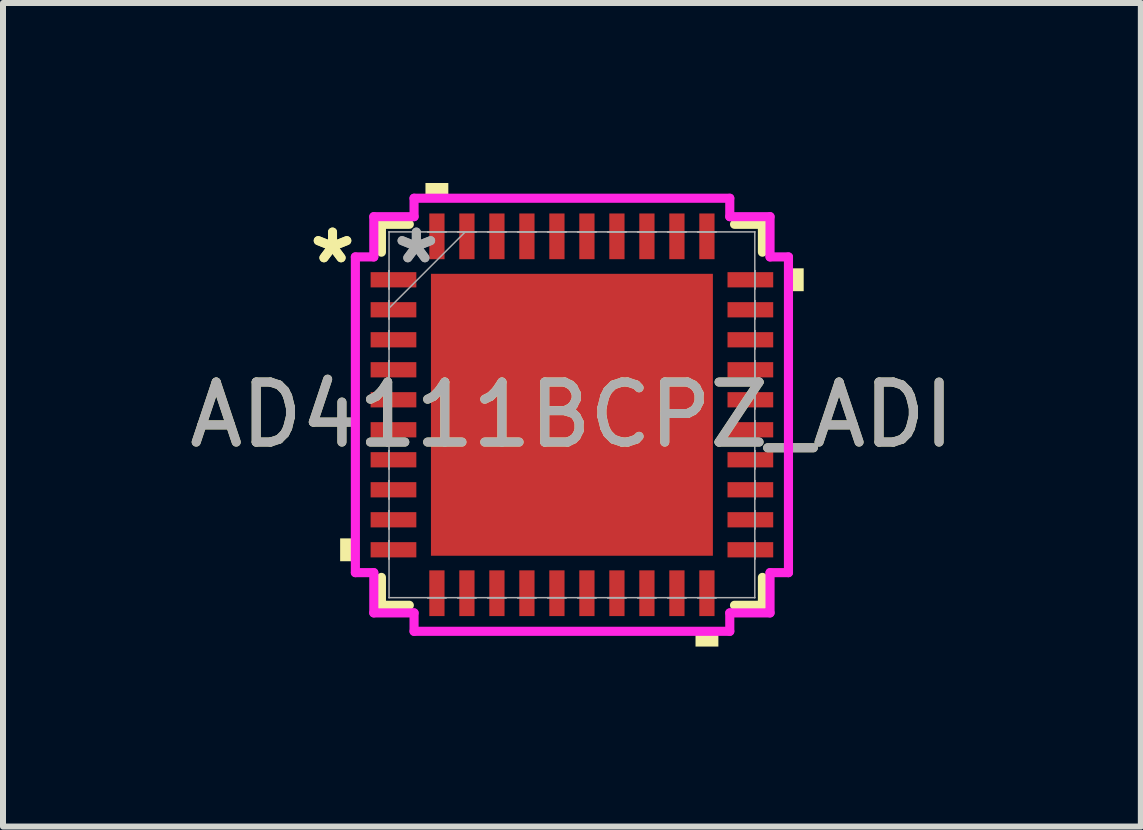
<source format=kicad_pcb>
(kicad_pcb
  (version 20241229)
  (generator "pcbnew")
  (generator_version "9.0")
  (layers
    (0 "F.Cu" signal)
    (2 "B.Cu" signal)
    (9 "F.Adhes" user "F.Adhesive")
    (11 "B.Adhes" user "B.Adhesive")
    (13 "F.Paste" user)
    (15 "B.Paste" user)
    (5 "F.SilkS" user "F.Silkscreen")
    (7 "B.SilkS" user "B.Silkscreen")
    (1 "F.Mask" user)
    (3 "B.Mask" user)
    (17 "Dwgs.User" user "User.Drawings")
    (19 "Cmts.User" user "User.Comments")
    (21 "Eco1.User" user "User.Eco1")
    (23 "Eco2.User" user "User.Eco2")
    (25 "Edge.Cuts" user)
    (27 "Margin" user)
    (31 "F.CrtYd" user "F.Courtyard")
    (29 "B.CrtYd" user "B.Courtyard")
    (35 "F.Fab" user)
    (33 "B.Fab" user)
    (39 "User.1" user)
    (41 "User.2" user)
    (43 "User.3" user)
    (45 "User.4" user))
  (footprint "AD4111BCPZ_ADI"
    (layer "F.Cu")
    (at 6.482 3.863)
    (property "Reference" "AD4111BCPZ_ADI" (at 0 0 0) (unlocked yes) (layer "F.SilkS") (effects (font (size 1 1) (thickness 0.15))))
    (attr smd)
    (fp_line (start -3.175 -3.175) (end -3.175 -2.71) (stroke (width 0.152) (type solid)) (layer "F.SilkS"))
    (fp_line (start -3.175 2.71) (end -3.175 3.175) (stroke (width 0.152) (type solid)) (layer "F.SilkS"))
    (fp_line (start -3.175 3.175) (end -2.71 3.175) (stroke (width 0.152) (type solid)) (layer "F.SilkS"))
    (fp_line (start -2.71 -3.175) (end -3.175 -3.175) (stroke (width 0.152) (type solid)) (layer "F.SilkS"))
    (fp_line (start 2.71 3.175) (end 3.175 3.175) (stroke (width 0.152) (type solid)) (layer "F.SilkS"))
    (fp_line (start 3.175 -3.175) (end 2.71 -3.175) (stroke (width 0.152) (type solid)) (layer "F.SilkS"))
    (fp_line (start 3.175 -2.71) (end 3.175 -3.175) (stroke (width 0.152) (type solid)) (layer "F.SilkS"))
    (fp_line (start 3.175 3.175) (end 3.175 2.71) (stroke (width 0.152) (type solid)) (layer "F.SilkS"))
    (fp_poly (pts (xy -3.863 2.06) (xy -3.863 2.441) (xy -3.609 2.441) (xy -3.609 2.06)) (stroke (width 0) (type solid)) (fill yes) (layer "F.SilkS"))
    (fp_poly (pts (xy -2.441 -3.609) (xy -2.441 -3.863) (xy -2.06 -3.863) (xy -2.06 -3.609)) (stroke (width 0) (type solid)) (fill yes) (layer "F.SilkS"))
    (fp_poly (pts (xy 2.06 3.609) (xy 2.06 3.863) (xy 2.441 3.863) (xy 2.441 3.609)) (stroke (width 0) (type solid)) (fill yes) (layer "F.SilkS"))
    (fp_poly (pts (xy 3.863 -2.441) (xy 3.863 -2.06) (xy 3.609 -2.06) (xy 3.609 -2.441)) (stroke (width 0) (type solid)) (fill yes) (layer "F.SilkS"))
    (fp_poly (pts (xy -2.249 -2.249) (xy -2.249 -0.883) (xy -0.883 -0.883) (xy -0.883 -2.249)) (stroke (width 0) (type solid)) (fill yes) (layer "F.Paste"))
    (fp_poly (pts (xy -2.249 -0.683) (xy -2.249 0.683) (xy -0.883 0.683) (xy -0.883 -0.683)) (stroke (width 0) (type solid)) (fill yes) (layer "F.Paste"))
    (fp_poly (pts (xy -2.249 0.883) (xy -2.249 2.249) (xy -0.883 2.249) (xy -0.883 0.883)) (stroke (width 0) (type solid)) (fill yes) (layer "F.Paste"))
    (fp_poly (pts (xy -0.683 -2.249) (xy -0.683 -0.883) (xy 0.683 -0.883) (xy 0.683 -2.249)) (stroke (width 0) (type solid)) (fill yes) (layer "F.Paste"))
    (fp_poly (pts (xy -0.683 -0.683) (xy -0.683 0.683) (xy 0.683 0.683) (xy 0.683 -0.683)) (stroke (width 0) (type solid)) (fill yes) (layer "F.Paste"))
    (fp_poly (pts (xy -0.683 0.883) (xy -0.683 2.249) (xy 0.683 2.249) (xy 0.683 0.883)) (stroke (width 0) (type solid)) (fill yes) (layer "F.Paste"))
    (fp_poly (pts (xy 0.883 -2.249) (xy 0.883 -0.883) (xy 2.249 -0.883) (xy 2.249 -2.249)) (stroke (width 0) (type solid)) (fill yes) (layer "F.Paste"))
    (fp_poly (pts (xy 0.883 -0.683) (xy 0.883 0.683) (xy 2.249 0.683) (xy 2.249 -0.683)) (stroke (width 0) (type solid)) (fill yes) (layer "F.Paste"))
    (fp_poly (pts (xy 0.883 0.883) (xy 0.883 2.249) (xy 2.249 2.249) (xy 2.249 0.883)) (stroke (width 0) (type solid)) (fill yes) (layer "F.Paste"))
    (fp_line (start -3.609 -2.631) (end -3.302 -2.631) (stroke (width 0.152) (type solid)) (layer "F.CrtYd"))
    (fp_line (start -3.609 2.631) (end -3.609 -2.631) (stroke (width 0.152) (type solid)) (layer "F.CrtYd"))
    (fp_line (start -3.302 -3.302) (end -2.631 -3.302) (stroke (width 0.152) (type solid)) (layer "F.CrtYd"))
    (fp_line (start -3.302 -2.631) (end -3.302 -3.302) (stroke (width 0.152) (type solid)) (layer "F.CrtYd"))
    (fp_line (start -3.302 2.631) (end -3.609 2.631) (stroke (width 0.152) (type solid)) (layer "F.CrtYd"))
    (fp_line (start -3.302 3.302) (end -3.302 2.631) (stroke (width 0.152) (type solid)) (layer "F.CrtYd"))
    (fp_line (start -2.631 -3.609) (end 2.631 -3.609) (stroke (width 0.152) (type solid)) (layer "F.CrtYd"))
    (fp_line (start -2.631 -3.302) (end -2.631 -3.609) (stroke (width 0.152) (type solid)) (layer "F.CrtYd"))
    (fp_line (start -2.631 3.302) (end -3.302 3.302) (stroke (width 0.152) (type solid)) (layer "F.CrtYd"))
    (fp_line (start -2.631 3.609) (end -2.631 3.302) (stroke (width 0.152) (type solid)) (layer "F.CrtYd"))
    (fp_line (start 2.631 -3.609) (end 2.631 -3.302) (stroke (width 0.152) (type solid)) (layer "F.CrtYd"))
    (fp_line (start 2.631 -3.302) (end 3.302 -3.302) (stroke (width 0.152) (type solid)) (layer "F.CrtYd"))
    (fp_line (start 2.631 3.302) (end 2.631 3.609) (stroke (width 0.152) (type solid)) (layer "F.CrtYd"))
    (fp_line (start 2.631 3.609) (end -2.631 3.609) (stroke (width 0.152) (type solid)) (layer "F.CrtYd"))
    (fp_line (start 3.302 -3.302) (end 3.302 -2.631) (stroke (width 0.152) (type solid)) (layer "F.CrtYd"))
    (fp_line (start 3.302 -2.631) (end 3.609 -2.631) (stroke (width 0.152) (type solid)) (layer "F.CrtYd"))
    (fp_line (start 3.302 2.631) (end 3.302 3.302) (stroke (width 0.152) (type solid)) (layer "F.CrtYd"))
    (fp_line (start 3.302 3.302) (end 2.631 3.302) (stroke (width 0.152) (type solid)) (layer "F.CrtYd"))
    (fp_line (start 3.609 -2.631) (end 3.609 2.631) (stroke (width 0.152) (type solid)) (layer "F.CrtYd"))
    (fp_line (start 3.609 2.631) (end 3.302 2.631) (stroke (width 0.152) (type solid)) (layer "F.CrtYd"))
    (fp_line (start -3.05 -2.402) (end -3.05 -2.098) (stroke (width 0.025) (type solid)) (layer "F.Fab"))
    (fp_line (start -3.05 -2.098) (end -3.048 -2.098) (stroke (width 0.025) (type solid)) (layer "F.Fab"))
    (fp_line (start -3.05 -1.902) (end -3.05 -1.598) (stroke (width 0.025) (type solid)) (layer "F.Fab"))
    (fp_line (start -3.05 -1.598) (end -3.048 -1.598) (stroke (width 0.025) (type solid)) (layer "F.Fab"))
    (fp_line (start -3.05 -1.402) (end -3.05 -1.098) (stroke (width 0.025) (type solid)) (layer "F.Fab"))
    (fp_line (start -3.05 -1.098) (end -3.048 -1.098) (stroke (width 0.025) (type solid)) (layer "F.Fab"))
    (fp_line (start -3.05 -0.902) (end -3.05 -0.598) (stroke (width 0.025) (type solid)) (layer "F.Fab"))
    (fp_line (start -3.05 -0.598) (end -3.048 -0.598) (stroke (width 0.025) (type solid)) (layer "F.Fab"))
    (fp_line (start -3.05 -0.402) (end -3.05 -0.098) (stroke (width 0.025) (type solid)) (layer "F.Fab"))
    (fp_line (start -3.05 -0.098) (end -3.048 -0.098) (stroke (width 0.025) (type solid)) (layer "F.Fab"))
    (fp_line (start -3.05 0.098) (end -3.05 0.402) (stroke (width 0.025) (type solid)) (layer "F.Fab"))
    (fp_line (start -3.05 0.402) (end -3.048 0.402) (stroke (width 0.025) (type solid)) (layer "F.Fab"))
    (fp_line (start -3.05 0.598) (end -3.05 0.902) (stroke (width 0.025) (type solid)) (layer "F.Fab"))
    (fp_line (start -3.05 0.902) (end -3.048 0.902) (stroke (width 0.025) (type solid)) (layer "F.Fab"))
    (fp_line (start -3.05 1.098) (end -3.05 1.402) (stroke (width 0.025) (type solid)) (layer "F.Fab"))
    (fp_line (start -3.05 1.402) (end -3.048 1.402) (stroke (width 0.025) (type solid)) (layer "F.Fab"))
    (fp_line (start -3.05 1.598) (end -3.05 1.902) (stroke (width 0.025) (type solid)) (layer "F.Fab"))
    (fp_line (start -3.05 1.902) (end -3.048 1.902) (stroke (width 0.025) (type solid)) (layer "F.Fab"))
    (fp_line (start -3.05 2.098) (end -3.05 2.402) (stroke (width 0.025) (type solid)) (layer "F.Fab"))
    (fp_line (start -3.05 2.402) (end -3.048 2.402) (stroke (width 0.025) (type solid)) (layer "F.Fab"))
    (fp_line (start -3.048 -3.048) (end -3.048 -3.048) (stroke (width 0.025) (type solid)) (layer "F.Fab"))
    (fp_line (start -3.048 -3.048) (end -3.048 3.048) (stroke (width 0.025) (type solid)) (layer "F.Fab"))
    (fp_line (start -3.048 -2.402) (end -3.05 -2.402) (stroke (width 0.025) (type solid)) (layer "F.Fab"))
    (fp_line (start -3.048 -2.098) (end -3.048 -2.402) (stroke (width 0.025) (type solid)) (layer "F.Fab"))
    (fp_line (start -3.048 -1.902) (end -3.05 -1.902) (stroke (width 0.025) (type solid)) (layer "F.Fab"))
    (fp_line (start -3.048 -1.778) (end -1.778 -3.048) (stroke (width 0.025) (type solid)) (layer "F.Fab"))
    (fp_line (start -3.048 -1.598) (end -3.048 -1.902) (stroke (width 0.025) (type solid)) (layer "F.Fab"))
    (fp_line (start -3.048 -1.402) (end -3.05 -1.402) (stroke (width 0.025) (type solid)) (layer "F.Fab"))
    (fp_line (start -3.048 -1.098) (end -3.048 -1.402) (stroke (width 0.025) (type solid)) (layer "F.Fab"))
    (fp_line (start -3.048 -0.902) (end -3.05 -0.902) (stroke (width 0.025) (type solid)) (layer "F.Fab"))
    (fp_line (start -3.048 -0.598) (end -3.048 -0.902) (stroke (width 0.025) (type solid)) (layer "F.Fab"))
    (fp_line (start -3.048 -0.402) (end -3.05 -0.402) (stroke (width 0.025) (type solid)) (layer "F.Fab"))
    (fp_line (start -3.048 -0.098) (end -3.048 -0.402) (stroke (width 0.025) (type solid)) (layer "F.Fab"))
    (fp_line (start -3.048 0.098) (end -3.05 0.098) (stroke (width 0.025) (type solid)) (layer "F.Fab"))
    (fp_line (start -3.048 0.402) (end -3.048 0.098) (stroke (width 0.025) (type solid)) (layer "F.Fab"))
    (fp_line (start -3.048 0.598) (end -3.05 0.598) (stroke (width 0.025) (type solid)) (layer "F.Fab"))
    (fp_line (start -3.048 0.902) (end -3.048 0.598) (stroke (width 0.025) (type solid)) (layer "F.Fab"))
    (fp_line (start -3.048 1.098) (end -3.05 1.098) (stroke (width 0.025) (type solid)) (layer "F.Fab"))
    (fp_line (start -3.048 1.402) (end -3.048 1.098) (stroke (width 0.025) (type solid)) (layer "F.Fab"))
    (fp_line (start -3.048 1.598) (end -3.05 1.598) (stroke (width 0.025) (type solid)) (layer "F.Fab"))
    (fp_line (start -3.048 1.902) (end -3.048 1.598) (stroke (width 0.025) (type solid)) (layer "F.Fab"))
    (fp_line (start -3.048 2.098) (end -3.05 2.098) (stroke (width 0.025) (type solid)) (layer "F.Fab"))
    (fp_line (start -3.048 2.402) (end -3.048 2.098) (stroke (width 0.025) (type solid)) (layer "F.Fab"))
    (fp_line (start -3.048 3.048) (end -3.048 3.048) (stroke (width 0.025) (type solid)) (layer "F.Fab"))
    (fp_line (start -3.048 3.048) (end 3.048 3.048) (stroke (width 0.025) (type solid)) (layer "F.Fab"))
    (fp_line (start -2.402 -3.05) (end -2.402 -3.048) (stroke (width 0.025) (type solid)) (layer "F.Fab"))
    (fp_line (start -2.402 -3.048) (end -2.098 -3.048) (stroke (width 0.025) (type solid)) (layer "F.Fab"))
    (fp_line (start -2.402 3.048) (end -2.402 3.05) (stroke (width 0.025) (type solid)) (layer "F.Fab"))
    (fp_line (start -2.402 3.05) (end -2.098 3.05) (stroke (width 0.025) (type solid)) (layer "F.Fab"))
    (fp_line (start -2.098 -3.05) (end -2.402 -3.05) (stroke (width 0.025) (type solid)) (layer "F.Fab"))
    (fp_line (start -2.098 -3.048) (end -2.098 -3.05) (stroke (width 0.025) (type solid)) (layer "F.Fab"))
    (fp_line (start -2.098 3.048) (end -2.402 3.048) (stroke (width 0.025) (type solid)) (layer "F.Fab"))
    (fp_line (start -2.098 3.05) (end -2.098 3.048) (stroke (width 0.025) (type solid)) (layer "F.Fab"))
    (fp_line (start -1.902 -3.05) (end -1.902 -3.048) (stroke (width 0.025) (type solid)) (layer "F.Fab"))
    (fp_line (start -1.902 -3.048) (end -1.598 -3.048) (stroke (width 0.025) (type solid)) (layer "F.Fab"))
    (fp_line (start -1.902 3.048) (end -1.902 3.05) (stroke (width 0.025) (type solid)) (layer "F.Fab"))
    (fp_line (start -1.902 3.05) (end -1.598 3.05) (stroke (width 0.025) (type solid)) (layer "F.Fab"))
    (fp_line (start -1.598 -3.05) (end -1.902 -3.05) (stroke (width 0.025) (type solid)) (layer "F.Fab"))
    (fp_line (start -1.598 -3.048) (end -1.598 -3.05) (stroke (width 0.025) (type solid)) (layer "F.Fab"))
    (fp_line (start -1.598 3.048) (end -1.902 3.048) (stroke (width 0.025) (type solid)) (layer "F.Fab"))
    (fp_line (start -1.598 3.05) (end -1.598 3.048) (stroke (width 0.025) (type solid)) (layer "F.Fab"))
    (fp_line (start -1.402 -3.05) (end -1.402 -3.048) (stroke (width 0.025) (type solid)) (layer "F.Fab"))
    (fp_line (start -1.402 -3.048) (end -1.098 -3.048) (stroke (width 0.025) (type solid)) (layer "F.Fab"))
    (fp_line (start -1.402 3.048) (end -1.402 3.05) (stroke (width 0.025) (type solid)) (layer "F.Fab"))
    (fp_line (start -1.402 3.05) (end -1.098 3.05) (stroke (width 0.025) (type solid)) (layer "F.Fab"))
    (fp_line (start -1.098 -3.05) (end -1.402 -3.05) (stroke (width 0.025) (type solid)) (layer "F.Fab"))
    (fp_line (start -1.098 -3.048) (end -1.098 -3.05) (stroke (width 0.025) (type solid)) (layer "F.Fab"))
    (fp_line (start -1.098 3.048) (end -1.402 3.048) (stroke (width 0.025) (type solid)) (layer "F.Fab"))
    (fp_line (start -1.098 3.05) (end -1.098 3.048) (stroke (width 0.025) (type solid)) (layer "F.Fab"))
    (fp_line (start -0.902 -3.05) (end -0.902 -3.048) (stroke (width 0.025) (type solid)) (layer "F.Fab"))
    (fp_line (start -0.902 -3.048) (end -0.598 -3.048) (stroke (width 0.025) (type solid)) (layer "F.Fab"))
    (fp_line (start -0.902 3.048) (end -0.902 3.05) (stroke (width 0.025) (type solid)) (layer "F.Fab"))
    (fp_line (start -0.902 3.05) (end -0.598 3.05) (stroke (width 0.025) (type solid)) (layer "F.Fab"))
    (fp_line (start -0.598 -3.05) (end -0.902 -3.05) (stroke (width 0.025) (type solid)) (layer "F.Fab"))
    (fp_line (start -0.598 -3.048) (end -0.598 -3.05) (stroke (width 0.025) (type solid)) (layer "F.Fab"))
    (fp_line (start -0.598 3.048) (end -0.902 3.048) (stroke (width 0.025) (type solid)) (layer "F.Fab"))
    (fp_line (start -0.598 3.05) (end -0.598 3.048) (stroke (width 0.025) (type solid)) (layer "F.Fab"))
    (fp_line (start -0.402 -3.05) (end -0.402 -3.048) (stroke (width 0.025) (type solid)) (layer "F.Fab"))
    (fp_line (start -0.402 -3.048) (end -0.098 -3.048) (stroke (width 0.025) (type solid)) (layer "F.Fab"))
    (fp_line (start -0.402 3.048) (end -0.402 3.05) (stroke (width 0.025) (type solid)) (layer "F.Fab"))
    (fp_line (start -0.402 3.05) (end -0.098 3.05) (stroke (width 0.025) (type solid)) (layer "F.Fab"))
    (fp_line (start -0.098 -3.05) (end -0.402 -3.05) (stroke (width 0.025) (type solid)) (layer "F.Fab"))
    (fp_line (start -0.098 -3.048) (end -0.098 -3.05) (stroke (width 0.025) (type solid)) (layer "F.Fab"))
    (fp_line (start -0.098 3.048) (end -0.402 3.048) (stroke (width 0.025) (type solid)) (layer "F.Fab"))
    (fp_line (start -0.098 3.05) (end -0.098 3.048) (stroke (width 0.025) (type solid)) (layer "F.Fab"))
    (fp_line (start 0.098 -3.05) (end 0.098 -3.048) (stroke (width 0.025) (type solid)) (layer "F.Fab"))
    (fp_line (start 0.098 -3.048) (end 0.402 -3.048) (stroke (width 0.025) (type solid)) (layer "F.Fab"))
    (fp_line (start 0.098 3.048) (end 0.098 3.05) (stroke (width 0.025) (type solid)) (layer "F.Fab"))
    (fp_line (start 0.098 3.05) (end 0.402 3.05) (stroke (width 0.025) (type solid)) (layer "F.Fab"))
    (fp_line (start 0.402 -3.05) (end 0.098 -3.05) (stroke (width 0.025) (type solid)) (layer "F.Fab"))
    (fp_line (start 0.402 -3.048) (end 0.402 -3.05) (stroke (width 0.025) (type solid)) (layer "F.Fab"))
    (fp_line (start 0.402 3.048) (end 0.098 3.048) (stroke (width 0.025) (type solid)) (layer "F.Fab"))
    (fp_line (start 0.402 3.05) (end 0.402 3.048) (stroke (width 0.025) (type solid)) (layer "F.Fab"))
    (fp_line (start 0.598 -3.05) (end 0.598 -3.048) (stroke (width 0.025) (type solid)) (layer "F.Fab"))
    (fp_line (start 0.598 -3.048) (end 0.902 -3.048) (stroke (width 0.025) (type solid)) (layer "F.Fab"))
    (fp_line (start 0.598 3.048) (end 0.598 3.05) (stroke (width 0.025) (type solid)) (layer "F.Fab"))
    (fp_line (start 0.598 3.05) (end 0.902 3.05) (stroke (width 0.025) (type solid)) (layer "F.Fab"))
    (fp_line (start 0.902 -3.05) (end 0.598 -3.05) (stroke (width 0.025) (type solid)) (layer "F.Fab"))
    (fp_line (start 0.902 -3.048) (end 0.902 -3.05) (stroke (width 0.025) (type solid)) (layer "F.Fab"))
    (fp_line (start 0.902 3.048) (end 0.598 3.048) (stroke (width 0.025) (type solid)) (layer "F.Fab"))
    (fp_line (start 0.902 3.05) (end 0.902 3.048) (stroke (width 0.025) (type solid)) (layer "F.Fab"))
    (fp_line (start 1.098 -3.05) (end 1.098 -3.048) (stroke (width 0.025) (type solid)) (layer "F.Fab"))
    (fp_line (start 1.098 -3.048) (end 1.402 -3.048) (stroke (width 0.025) (type solid)) (layer "F.Fab"))
    (fp_line (start 1.098 3.048) (end 1.098 3.05) (stroke (width 0.025) (type solid)) (layer "F.Fab"))
    (fp_line (start 1.098 3.05) (end 1.402 3.05) (stroke (width 0.025) (type solid)) (layer "F.Fab"))
    (fp_line (start 1.402 -3.05) (end 1.098 -3.05) (stroke (width 0.025) (type solid)) (layer "F.Fab"))
    (fp_line (start 1.402 -3.048) (end 1.402 -3.05) (stroke (width 0.025) (type solid)) (layer "F.Fab"))
    (fp_line (start 1.402 3.048) (end 1.098 3.048) (stroke (width 0.025) (type solid)) (layer "F.Fab"))
    (fp_line (start 1.402 3.05) (end 1.402 3.048) (stroke (width 0.025) (type solid)) (layer "F.Fab"))
    (fp_line (start 1.598 -3.05) (end 1.598 -3.048) (stroke (width 0.025) (type solid)) (layer "F.Fab"))
    (fp_line (start 1.598 -3.048) (end 1.902 -3.048) (stroke (width 0.025) (type solid)) (layer "F.Fab"))
    (fp_line (start 1.598 3.048) (end 1.598 3.05) (stroke (width 0.025) (type solid)) (layer "F.Fab"))
    (fp_line (start 1.598 3.05) (end 1.902 3.05) (stroke (width 0.025) (type solid)) (layer "F.Fab"))
    (fp_line (start 1.902 -3.05) (end 1.598 -3.05) (stroke (width 0.025) (type solid)) (layer "F.Fab"))
    (fp_line (start 1.902 -3.048) (end 1.902 -3.05) (stroke (width 0.025) (type solid)) (layer "F.Fab"))
    (fp_line (start 1.902 3.048) (end 1.598 3.048) (stroke (width 0.025) (type solid)) (layer "F.Fab"))
    (fp_line (start 1.902 3.05) (end 1.902 3.048) (stroke (width 0.025) (type solid)) (layer "F.Fab"))
    (fp_line (start 2.098 -3.05) (end 2.098 -3.048) (stroke (width 0.025) (type solid)) (layer "F.Fab"))
    (fp_line (start 2.098 -3.048) (end 2.402 -3.048) (stroke (width 0.025) (type solid)) (layer "F.Fab"))
    (fp_line (start 2.098 3.048) (end 2.098 3.05) (stroke (width 0.025) (type solid)) (layer "F.Fab"))
    (fp_line (start 2.098 3.05) (end 2.402 3.05) (stroke (width 0.025) (type solid)) (layer "F.Fab"))
    (fp_line (start 2.402 -3.05) (end 2.098 -3.05) (stroke (width 0.025) (type solid)) (layer "F.Fab"))
    (fp_line (start 2.402 -3.048) (end 2.402 -3.05) (stroke (width 0.025) (type solid)) (layer "F.Fab"))
    (fp_line (start 2.402 3.048) (end 2.098 3.048) (stroke (width 0.025) (type solid)) (layer "F.Fab"))
    (fp_line (start 2.402 3.05) (end 2.402 3.048) (stroke (width 0.025) (type solid)) (layer "F.Fab"))
    (fp_line (start 3.048 -3.048) (end -3.048 -3.048) (stroke (width 0.025) (type solid)) (layer "F.Fab"))
    (fp_line (start 3.048 -3.048) (end 3.048 -3.048) (stroke (width 0.025) (type solid)) (layer "F.Fab"))
    (fp_line (start 3.048 -2.402) (end 3.048 -2.098) (stroke (width 0.025) (type solid)) (layer "F.Fab"))
    (fp_line (start 3.048 -2.098) (end 3.05 -2.098) (stroke (width 0.025) (type solid)) (layer "F.Fab"))
    (fp_line (start 3.048 -1.902) (end 3.048 -1.598) (stroke (width 0.025) (type solid)) (layer "F.Fab"))
    (fp_line (start 3.048 -1.598) (end 3.05 -1.598) (stroke (width 0.025) (type solid)) (layer "F.Fab"))
    (fp_line (start 3.048 -1.402) (end 3.048 -1.098) (stroke (width 0.025) (type solid)) (layer "F.Fab"))
    (fp_line (start 3.048 -1.098) (end 3.05 -1.098) (stroke (width 0.025) (type solid)) (layer "F.Fab"))
    (fp_line (start 3.048 -0.902) (end 3.048 -0.598) (stroke (width 0.025) (type solid)) (layer "F.Fab"))
    (fp_line (start 3.048 -0.598) (end 3.05 -0.598) (stroke (width 0.025) (type solid)) (layer "F.Fab"))
    (fp_line (start 3.048 -0.402) (end 3.048 -0.098) (stroke (width 0.025) (type solid)) (layer "F.Fab"))
    (fp_line (start 3.048 -0.098) (end 3.05 -0.098) (stroke (width 0.025) (type solid)) (layer "F.Fab"))
    (fp_line (start 3.048 0.098) (end 3.048 0.402) (stroke (width 0.025) (type solid)) (layer "F.Fab"))
    (fp_line (start 3.048 0.402) (end 3.05 0.402) (stroke (width 0.025) (type solid)) (layer "F.Fab"))
    (fp_line (start 3.048 0.598) (end 3.048 0.902) (stroke (width 0.025) (type solid)) (layer "F.Fab"))
    (fp_line (start 3.048 0.902) (end 3.05 0.902) (stroke (width 0.025) (type solid)) (layer "F.Fab"))
    (fp_line (start 3.048 1.098) (end 3.048 1.402) (stroke (width 0.025) (type solid)) (layer "F.Fab"))
    (fp_line (start 3.048 1.402) (end 3.05 1.402) (stroke (width 0.025) (type solid)) (layer "F.Fab"))
    (fp_line (start 3.048 1.598) (end 3.048 1.902) (stroke (width 0.025) (type solid)) (layer "F.Fab"))
    (fp_line (start 3.048 1.902) (end 3.05 1.902) (stroke (width 0.025) (type solid)) (layer "F.Fab"))
    (fp_line (start 3.048 2.098) (end 3.048 2.402) (stroke (width 0.025) (type solid)) (layer "F.Fab"))
    (fp_line (start 3.048 2.402) (end 3.05 2.402) (stroke (width 0.025) (type solid)) (layer "F.Fab"))
    (fp_line (start 3.048 3.048) (end 3.048 -3.048) (stroke (width 0.025) (type solid)) (layer "F.Fab"))
    (fp_line (start 3.048 3.048) (end 3.048 3.048) (stroke (width 0.025) (type solid)) (layer "F.Fab"))
    (fp_line (start 3.05 -2.402) (end 3.048 -2.402) (stroke (width 0.025) (type solid)) (layer "F.Fab"))
    (fp_line (start 3.05 -2.098) (end 3.05 -2.402) (stroke (width 0.025) (type solid)) (layer "F.Fab"))
    (fp_line (start 3.05 -1.902) (end 3.048 -1.902) (stroke (width 0.025) (type solid)) (layer "F.Fab"))
    (fp_line (start 3.05 -1.598) (end 3.05 -1.902) (stroke (width 0.025) (type solid)) (layer "F.Fab"))
    (fp_line (start 3.05 -1.402) (end 3.048 -1.402) (stroke (width 0.025) (type solid)) (layer "F.Fab"))
    (fp_line (start 3.05 -1.098) (end 3.05 -1.402) (stroke (width 0.025) (type solid)) (layer "F.Fab"))
    (fp_line (start 3.05 -0.902) (end 3.048 -0.902) (stroke (width 0.025) (type solid)) (layer "F.Fab"))
    (fp_line (start 3.05 -0.598) (end 3.05 -0.902) (stroke (width 0.025) (type solid)) (layer "F.Fab"))
    (fp_line (start 3.05 -0.402) (end 3.048 -0.402) (stroke (width 0.025) (type solid)) (layer "F.Fab"))
    (fp_line (start 3.05 -0.098) (end 3.05 -0.402) (stroke (width 0.025) (type solid)) (layer "F.Fab"))
    (fp_line (start 3.05 0.098) (end 3.048 0.098) (stroke (width 0.025) (type solid)) (layer "F.Fab"))
    (fp_line (start 3.05 0.402) (end 3.05 0.098) (stroke (width 0.025) (type solid)) (layer "F.Fab"))
    (fp_line (start 3.05 0.598) (end 3.048 0.598) (stroke (width 0.025) (type solid)) (layer "F.Fab"))
    (fp_line (start 3.05 0.902) (end 3.05 0.598) (stroke (width 0.025) (type solid)) (layer "F.Fab"))
    (fp_line (start 3.05 1.098) (end 3.048 1.098) (stroke (width 0.025) (type solid)) (layer "F.Fab"))
    (fp_line (start 3.05 1.402) (end 3.05 1.098) (stroke (width 0.025) (type solid)) (layer "F.Fab"))
    (fp_line (start 3.05 1.598) (end 3.048 1.598) (stroke (width 0.025) (type solid)) (layer "F.Fab"))
    (fp_line (start 3.05 1.902) (end 3.05 1.598) (stroke (width 0.025) (type solid)) (layer "F.Fab"))
    (fp_line (start 3.05 2.098) (end 3.048 2.098) (stroke (width 0.025) (type solid)) (layer "F.Fab"))
    (fp_line (start 3.05 2.402) (end 3.05 2.098) (stroke (width 0.025) (type solid)) (layer "F.Fab"))
    (fp_text user "*" (at -3.99 -2.5 0) (layer "F.SilkS") (effects (font (size 1 1) (thickness 0.15))))
    (fp_text user "*" (at -3.99 -2.5 0) (unlocked yes) (layer "F.SilkS") (effects (font (size 1 1) (thickness 0.15))))
    (fp_text user "${REFERENCE}" (at 0 0 0) (unlocked yes) (layer "F.Fab") (effects (font (size 1 1) (thickness 0.15))))
    (fp_text user "*" (at -2.593 -2.5 0) (unlocked yes) (layer "F.Fab") (effects (font (size 1 1) (thickness 0.15))))
    (fp_text user "*" (at -2.593 -2.5 0) (layer "F.Fab") (effects (font (size 1 1) (thickness 0.15))))
    (pad "1" smd rect (at -2.974 -2.25 90) (size 0.254 0.762) (layers "F.Cu" "F.Mask" "F.Paste"))
    (pad "2" smd rect (at -2.974 -1.75 90) (size 0.254 0.762) (layers "F.Cu" "F.Mask" "F.Paste"))
    (pad "3" smd rect (at -2.974 -1.25 90) (size 0.254 0.762) (layers "F.Cu" "F.Mask" "F.Paste"))
    (pad "4" smd rect (at -2.974 -0.75 90) (size 0.254 0.762) (layers "F.Cu" "F.Mask" "F.Paste"))
    (pad "5" smd rect (at -2.974 -0.25 90) (size 0.254 0.762) (layers "F.Cu" "F.Mask" "F.Paste"))
    (pad "6" smd rect (at -2.974 0.25 90) (size 0.254 0.762) (layers "F.Cu" "F.Mask" "F.Paste"))
    (pad "7" smd rect (at -2.974 0.75 90) (size 0.254 0.762) (layers "F.Cu" "F.Mask" "F.Paste"))
    (pad "8" smd rect (at -2.974 1.25 90) (size 0.254 0.762) (layers "F.Cu" "F.Mask" "F.Paste"))
    (pad "9" smd rect (at -2.974 1.75 90) (size 0.254 0.762) (layers "F.Cu" "F.Mask" "F.Paste"))
    (pad "10" smd rect (at -2.974 2.25 90) (size 0.254 0.762) (layers "F.Cu" "F.Mask" "F.Paste"))
    (pad "11" smd rect (at -2.25 2.974) (size 0.254 0.762) (layers "F.Cu" "F.Mask" "F.Paste"))
    (pad "12" smd rect (at -1.75 2.974) (size 0.254 0.762) (layers "F.Cu" "F.Mask" "F.Paste"))
    (pad "13" smd rect (at -1.25 2.974) (size 0.254 0.762) (layers "F.Cu" "F.Mask" "F.Paste"))
    (pad "14" smd rect (at -0.75 2.974) (size 0.254 0.762) (layers "F.Cu" "F.Mask" "F.Paste"))
    (pad "15" smd rect (at -0.25 2.974) (size 0.254 0.762) (layers "F.Cu" "F.Mask" "F.Paste"))
    (pad "16" smd rect (at 0.25 2.974) (size 0.254 0.762) (layers "F.Cu" "F.Mask" "F.Paste"))
    (pad "17" smd rect (at 0.75 2.974) (size 0.254 0.762) (layers "F.Cu" "F.Mask" "F.Paste"))
    (pad "18" smd rect (at 1.25 2.974) (size 0.254 0.762) (layers "F.Cu" "F.Mask" "F.Paste"))
    (pad "19" smd rect (at 1.75 2.974) (size 0.254 0.762) (layers "F.Cu" "F.Mask" "F.Paste"))
    (pad "20" smd rect (at 2.25 2.974) (size 0.254 0.762) (layers "F.Cu" "F.Mask" "F.Paste"))
    (pad "21" smd rect (at 2.974 2.25 90) (size 0.254 0.762) (layers "F.Cu" "F.Mask" "F.Paste"))
    (pad "22" smd rect (at 2.974 1.75 90) (size 0.254 0.762) (layers "F.Cu" "F.Mask" "F.Paste"))
    (pad "23" smd rect (at 2.974 1.25 90) (size 0.254 0.762) (layers "F.Cu" "F.Mask" "F.Paste"))
    (pad "24" smd rect (at 2.974 0.75 90) (size 0.254 0.762) (layers "F.Cu" "F.Mask" "F.Paste"))
    (pad "25" smd rect (at 2.974 0.25 90) (size 0.254 0.762) (layers "F.Cu" "F.Mask" "F.Paste"))
    (pad "26" smd rect (at 2.974 -0.25 90) (size 0.254 0.762) (layers "F.Cu" "F.Mask" "F.Paste"))
    (pad "27" smd rect (at 2.974 -0.75 90) (size 0.254 0.762) (layers "F.Cu" "F.Mask" "F.Paste"))
    (pad "28" smd rect (at 2.974 -1.25 90) (size 0.254 0.762) (layers "F.Cu" "F.Mask" "F.Paste"))
    (pad "29" smd rect (at 2.974 -1.75 90) (size 0.254 0.762) (layers "F.Cu" "F.Mask" "F.Paste"))
    (pad "30" smd rect (at 2.974 -2.25 90) (size 0.254 0.762) (layers "F.Cu" "F.Mask" "F.Paste"))
    (pad "31" smd rect (at 2.25 -2.974) (size 0.254 0.762) (layers "F.Cu" "F.Mask" "F.Paste"))
    (pad "32" smd rect (at 1.75 -2.974) (size 0.254 0.762) (layers "F.Cu" "F.Mask" "F.Paste"))
    (pad "33" smd rect (at 1.25 -2.974) (size 0.254 0.762) (layers "F.Cu" "F.Mask" "F.Paste"))
    (pad "34" smd rect (at 0.75 -2.974) (size 0.254 0.762) (layers "F.Cu" "F.Mask" "F.Paste"))
    (pad "35" smd rect (at 0.25 -2.974) (size 0.254 0.762) (layers "F.Cu" "F.Mask" "F.Paste"))
    (pad "36" smd rect (at -0.25 -2.974) (size 0.254 0.762) (layers "F.Cu" "F.Mask" "F.Paste"))
    (pad "37" smd rect (at -0.75 -2.974) (size 0.254 0.762) (layers "F.Cu" "F.Mask" "F.Paste"))
    (pad "38" smd rect (at -1.25 -2.974) (size 0.254 0.762) (layers "F.Cu" "F.Mask" "F.Paste"))
    (pad "39" smd rect (at -1.75 -2.974) (size 0.254 0.762) (layers "F.Cu" "F.Mask" "F.Paste"))
    (pad "40" smd rect (at -2.25 -2.974) (size 0.254 0.762) (layers "F.Cu" "F.Mask" "F.Paste"))
    (pad "41" smd rect (at 0 0) (size 4.699 4.699) (layers "F.Cu" "F.Mask")))
  (gr_rect
    (start -3 -3)
    (end 15.964 10.726)
    (stroke (width 0.1) (type default))
    (fill no)
    (layer "Edge.Cuts")))
</source>
